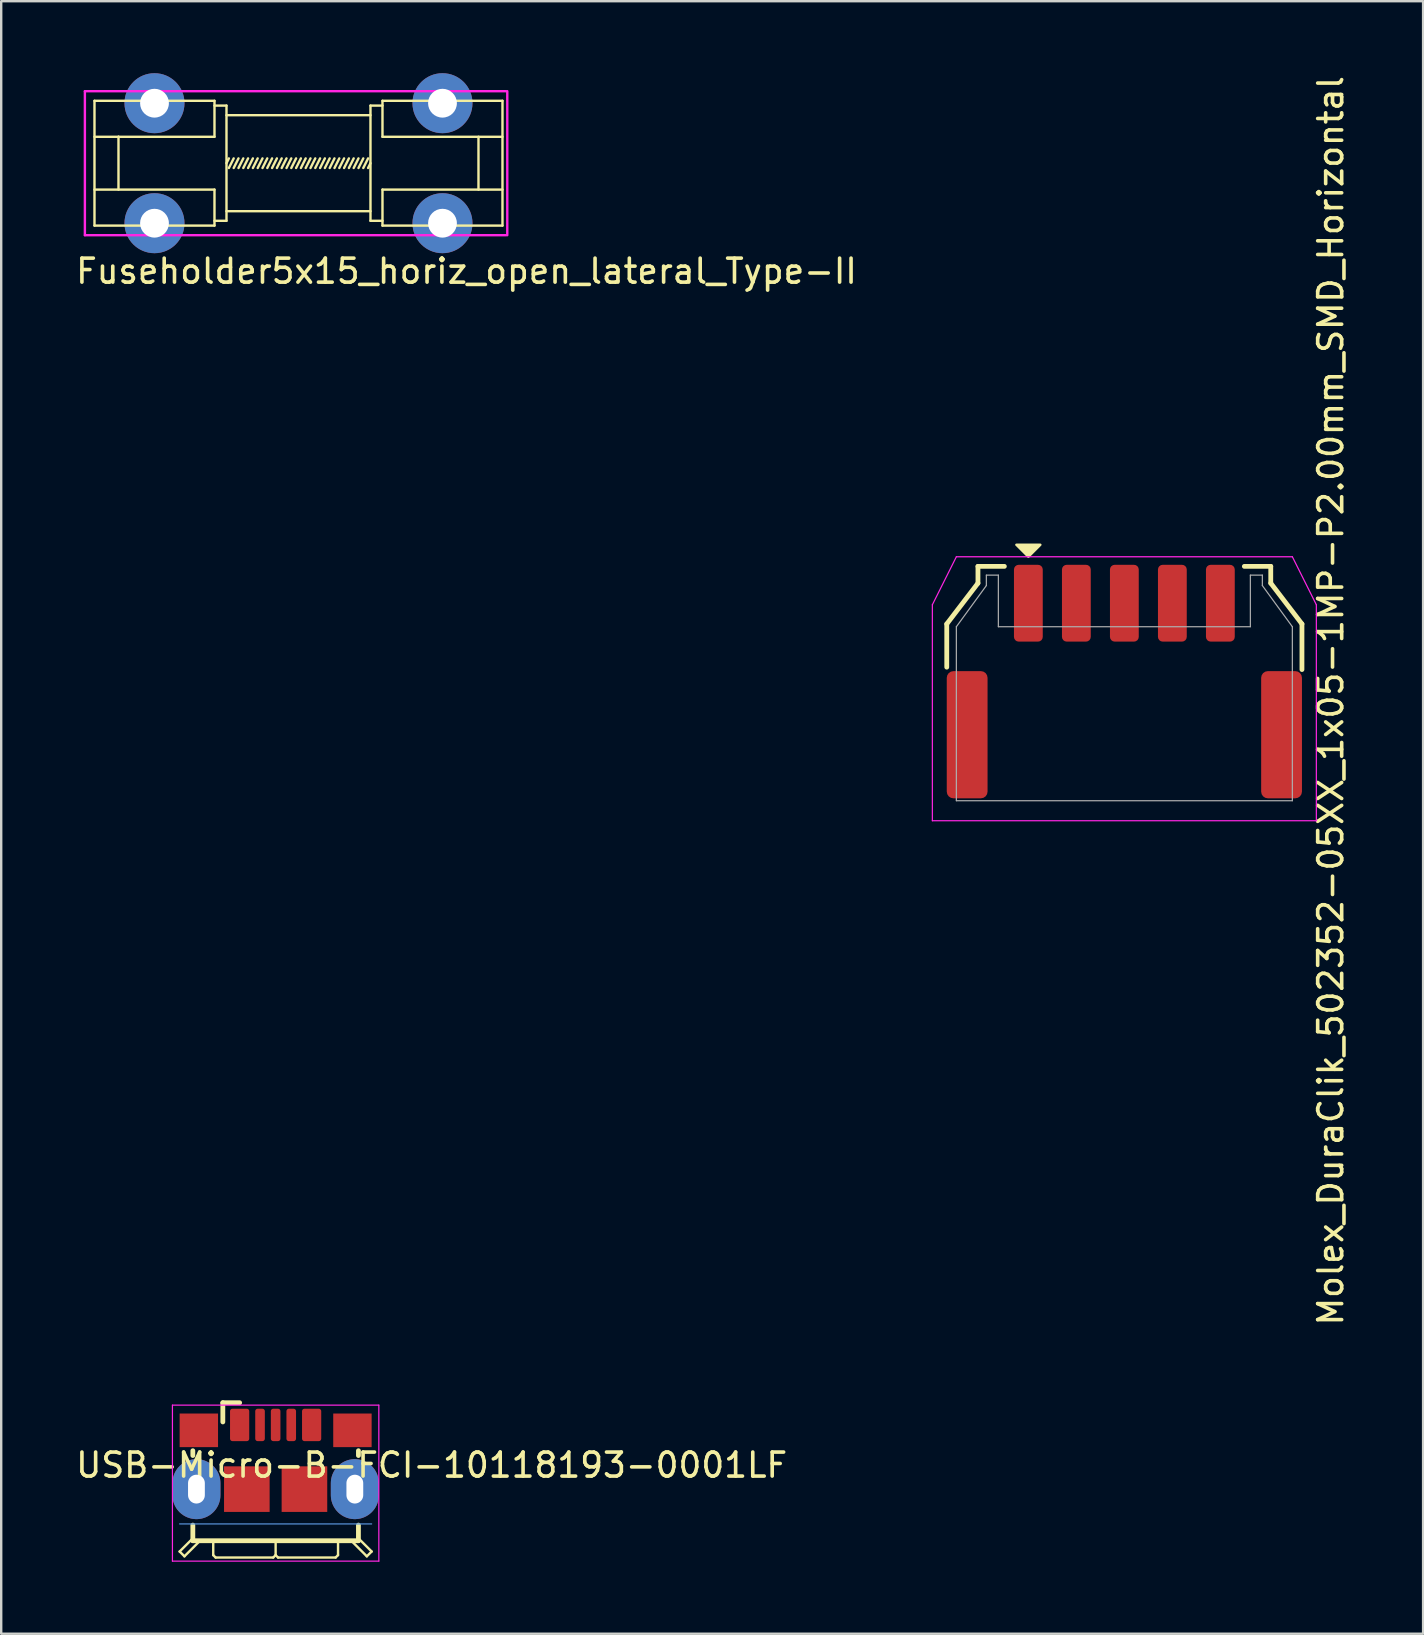
<source format=kicad_pcb>
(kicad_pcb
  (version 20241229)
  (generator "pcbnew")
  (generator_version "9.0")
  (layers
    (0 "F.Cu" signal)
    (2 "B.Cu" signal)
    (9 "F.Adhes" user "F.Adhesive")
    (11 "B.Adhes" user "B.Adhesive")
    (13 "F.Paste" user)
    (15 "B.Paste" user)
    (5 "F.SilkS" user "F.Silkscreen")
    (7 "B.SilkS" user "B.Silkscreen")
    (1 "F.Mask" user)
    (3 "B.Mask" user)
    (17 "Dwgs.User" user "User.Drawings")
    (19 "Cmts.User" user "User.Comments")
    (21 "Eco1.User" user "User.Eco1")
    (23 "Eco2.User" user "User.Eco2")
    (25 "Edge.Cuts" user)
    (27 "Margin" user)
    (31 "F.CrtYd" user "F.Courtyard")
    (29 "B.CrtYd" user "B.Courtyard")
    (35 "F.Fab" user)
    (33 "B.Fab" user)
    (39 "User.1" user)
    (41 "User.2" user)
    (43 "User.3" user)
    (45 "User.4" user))
  (footprint "USB-Micro-B-FCI-10118193-0001LF"
    (layer "F.Cu")
    (at 8.435 58.998)
    (property "Reference" "USB-Micro-B-FCI-10118193-0001LF" (at 6.5 -1 0) (layer "F.SilkS") (effects (font (size 1 1) (thickness 0.15))))
    (attr smd)
    (fp_line (start -4 2.6) (end -3.45 2.05) (stroke (width 0.1) (type solid)) (layer "F.SilkS"))
    (fp_line (start -3.8 2.8) (end -4 2.6) (stroke (width 0.1) (type solid)) (layer "F.SilkS"))
    (fp_line (start -3.8 2.8) (end -3.15 2.15) (stroke (width 0.1) (type solid)) (layer "F.SilkS"))
    (fp_line (start -3.45 -1.4) (end -3.45 -1.6) (stroke (width 0.2) (type solid)) (layer "F.SilkS"))
    (fp_line (start -3.45 2.15) (end -3.45 1.5) (stroke (width 0.2) (type solid)) (layer "F.SilkS"))
    (fp_line (start -2.6 2.75) (end -2.6 2.15) (stroke (width 0.1) (type solid)) (layer "F.SilkS"))
    (fp_line (start -2.5 2.85) (end -2.6 2.75) (stroke (width 0.1) (type solid)) (layer "F.SilkS"))
    (fp_line (start -2.2 -3.6) (end -1.5 -3.6) (stroke (width 0.2) (type solid)) (layer "F.SilkS"))
    (fp_line (start -2.2 -2.8) (end -2.2 -3.6) (stroke (width 0.2) (type solid)) (layer "F.SilkS"))
    (fp_line (start -0.1 2.85) (end -2.5 2.85) (stroke (width 0.1) (type solid)) (layer "F.SilkS"))
    (fp_line (start 0 2.75) (end -0.1 2.85) (stroke (width 0.1) (type solid)) (layer "F.SilkS"))
    (fp_line (start 0 2.75) (end 0 2.15) (stroke (width 0.1) (type solid)) (layer "F.SilkS"))
    (fp_line (start 0.1 2.85) (end 0 2.75) (stroke (width 0.1) (type solid)) (layer "F.SilkS"))
    (fp_line (start 0.1 2.85) (end 2.5 2.85) (stroke (width 0.1) (type solid)) (layer "F.SilkS"))
    (fp_line (start 2.5 2.85) (end 2.6 2.75) (stroke (width 0.1) (type solid)) (layer "F.SilkS"))
    (fp_line (start 2.6 2.75) (end 2.6 2.15) (stroke (width 0.1) (type solid)) (layer "F.SilkS"))
    (fp_line (start 3.45 -1.4) (end 3.45 -1.6) (stroke (width 0.2) (type solid)) (layer "F.SilkS"))
    (fp_line (start 3.45 2.15) (end -3.45 2.15) (stroke (width 0.2) (type solid)) (layer "F.SilkS"))
    (fp_line (start 3.45 2.15) (end 3.45 1.5) (stroke (width 0.2) (type solid)) (layer "F.SilkS"))
    (fp_line (start 3.8 2.8) (end 3.15 2.15) (stroke (width 0.1) (type solid)) (layer "F.SilkS"))
    (fp_line (start 3.8 2.8) (end 4 2.6) (stroke (width 0.1) (type solid)) (layer "F.SilkS"))
    (fp_line (start 4 2.6) (end 3.45 2.05) (stroke (width 0.1) (type solid)) (layer "F.SilkS"))
    (fp_line (start -4 1.45) (end 4 1.45) (stroke (width 0.05) (type solid)) (layer "Cmts.User"))
    (fp_line (start -4.3 -3.5) (end 4.3 -3.5) (stroke (width 0.05) (type solid)) (layer "F.CrtYd"))
    (fp_line (start -4.3 3) (end -4.3 -3.5) (stroke (width 0.05) (type solid)) (layer "F.CrtYd"))
    (fp_line (start 4.3 -3.5) (end 4.3 3) (stroke (width 0.05) (type solid)) (layer "F.CrtYd"))
    (fp_line (start 4.3 3) (end -4.3 3) (stroke (width 0.05) (type solid)) (layer "F.CrtYd"))
    (pad "1" smd roundrect (at -1.5 -2.675) (size 0.8 1.35) (layers "F.Cu" "F.Mask" "F.Paste") (roundrect_rratio 0.125))
    (pad "2" smd roundrect (at -0.65 -2.675) (size 0.4 1.35) (layers "F.Cu" "F.Mask" "F.Paste") (roundrect_rratio 0.25))
    (pad "3" smd roundrect (at 0 -2.675) (size 0.4 1.35) (layers "F.Cu" "F.Mask" "F.Paste") (roundrect_rratio 0.25))
    (pad "4" smd roundrect (at 0.65 -2.675) (size 0.4 1.35) (layers "F.Cu" "F.Mask" "F.Paste") (roundrect_rratio 0.25))
    (pad "5" smd roundrect (at 1.5 -2.675) (size 0.8 1.35) (layers "F.Cu" "F.Mask" "F.Paste") (roundrect_rratio 0.125))
    (pad "6" thru_hole oval (at -3.3 0) (size 2 2.5) (drill oval 0.7 1.2) (layers "*.Cu" "*.Mask"))
    (pad "6" smd rect (at -3.2 -2.45) (size 1.6 1.4) (layers "F.Cu" "F.Mask" "F.Paste"))
    (pad "6" smd rect (at -1.2 0) (size 1.9 1.9) (layers "F.Cu" "F.Mask" "F.Paste"))
    (pad "6" smd rect (at 1.2 0) (size 1.9 1.9) (layers "F.Cu" "F.Mask" "F.Paste"))
    (pad "6" smd rect (at 3.2 -2.45) (size 1.6 1.4) (layers "F.Cu" "F.Mask" "F.Paste"))
    (pad "6" thru_hole oval (at 3.3 0) (size 2 2.5) (drill oval 0.7 1.2) (layers "*.Cu" "*.Mask")))
  (footprint "Molex_DuraClik_502352-05XX_1x05-1MP-P2.00mm_SMD_Horizontal"
    (layer "F.Cu")
    (at 43.799 26.149)
    (property "Reference" "Molex_DuraClik_502352-05XX_1x05-1MP-P2.00mm_SMD_Horizontal" (at 8.6 0 90) (layer "F.SilkS") (effects (font (size 1 1) (thickness 0.15))))
    (attr smd)
    (fp_line (start -7.4 -3.2) (end -6.1 -4.9) (stroke (width 0.2) (type solid)) (layer "F.SilkS"))
    (fp_line (start -7.4 -1.4) (end -7.4 -3.2) (stroke (width 0.2) (type solid)) (layer "F.SilkS"))
    (fp_line (start -6.1 -5.6) (end -6.1 -4.9) (stroke (width 0.2) (type solid)) (layer "F.SilkS"))
    (fp_line (start -6.1 -5.6) (end -5 -5.6) (stroke (width 0.2) (type solid)) (layer "F.SilkS"))
    (fp_line (start 6.1 -5.6) (end 5 -5.6) (stroke (width 0.2) (type solid)) (layer "F.SilkS"))
    (fp_line (start 6.1 -5.6) (end 6.1 -4.9) (stroke (width 0.2) (type solid)) (layer "F.SilkS"))
    (fp_line (start 7.4 -3.2) (end 6.1 -4.9) (stroke (width 0.2) (type solid)) (layer "F.SilkS"))
    (fp_line (start 7.4 -1.3) (end 7.4 -3.2) (stroke (width 0.2) (type solid)) (layer "F.SilkS"))
    (fp_poly (pts (xy -4 -6) (xy -3.5 -6.5) (xy -4.5 -6.5)) (stroke (width 0.1) (type solid)) (fill yes) (layer "F.SilkS"))
    (fp_line (start -8 -4) (end -8 5) (stroke (width 0.05) (type solid)) (layer "F.CrtYd"))
    (fp_line (start -8 5) (end 8 5) (stroke (width 0.05) (type solid)) (layer "F.CrtYd"))
    (fp_line (start -7 -6) (end -8 -4) (stroke (width 0.05) (type solid)) (layer "F.CrtYd"))
    (fp_line (start 7 -6) (end -7 -6) (stroke (width 0.05) (type solid)) (layer "F.CrtYd"))
    (fp_line (start 8 -4) (end 7 -6) (stroke (width 0.05) (type solid)) (layer "F.CrtYd"))
    (fp_line (start 8 5) (end 8 -4) (stroke (width 0.05) (type solid)) (layer "F.CrtYd"))
    (fp_line (start -7 4.165) (end -7 -3.085) (stroke (width 0.05) (type solid)) (layer "F.Fab"))
    (fp_line (start -5.75 -5.235) (end -5.75 -4.8) (stroke (width 0.05) (type solid)) (layer "F.Fab"))
    (fp_line (start -5.75 -4.8) (end -7 -3.085) (stroke (width 0.05) (type solid)) (layer "F.Fab"))
    (fp_line (start -5.25 -5.235) (end -5.75 -5.235) (stroke (width 0.05) (type solid)) (layer "F.Fab"))
    (fp_line (start -5.25 -5.235) (end -5.25 -3.085) (stroke (width 0.05) (type solid)) (layer "F.Fab"))
    (fp_line (start 5.25 -5.235) (end 5.25 -3.085) (stroke (width 0.05) (type solid)) (layer "F.Fab"))
    (fp_line (start 5.25 -5.235) (end 5.75 -5.235) (stroke (width 0.05) (type solid)) (layer "F.Fab"))
    (fp_line (start 5.25 -3.085) (end -5.25 -3.085) (stroke (width 0.05) (type solid)) (layer "F.Fab"))
    (fp_line (start 5.75 -5.235) (end 5.75 -4.8) (stroke (width 0.05) (type solid)) (layer "F.Fab"))
    (fp_line (start 5.75 -4.8) (end 7 -3.085) (stroke (width 0.05) (type solid)) (layer "F.Fab"))
    (fp_line (start 7 4.165) (end -7 4.165) (stroke (width 0.05) (type solid)) (layer "F.Fab"))
    (fp_line (start 7 4.165) (end 7 -3.085) (stroke (width 0.05) (type solid)) (layer "F.Fab"))
    (pad "1" smd roundrect (at -4 -4.065) (size 1.2 3.2) (layers "F.Cu" "F.Mask" "F.Paste") (roundrect_rratio 0.164))
    (pad "2" smd roundrect (at -2 -4.065) (size 1.2 3.2) (layers "F.Cu" "F.Mask" "F.Paste") (roundrect_rratio 0.164))
    (pad "3" smd roundrect (at 0 -4.065) (size 1.2 3.2) (layers "F.Cu" "F.Mask" "F.Paste") (roundrect_rratio 0.164))
    (pad "4" smd roundrect (at 2 -4.065) (size 1.2 3.2) (layers "F.Cu" "F.Mask" "F.Paste") (roundrect_rratio 0.164))
    (pad "5" smd roundrect (at 4 -4.065) (size 1.2 3.2) (layers "F.Cu" "F.Mask" "F.Paste") (roundrect_rratio 0.164))
    (pad "MP" smd roundrect (at -6.55 1.415) (size 1.7 5.3) (layers "F.Cu" "F.Mask" "F.Paste") (roundrect_rratio 0.164))
    (pad "MP" smd roundrect (at 6.55 1.415) (size 1.7 5.3) (layers "F.Cu" "F.Mask" "F.Paste") (roundrect_rratio 0.164)))
  (footprint "Fuseholder5x15_horiz_open_lateral_Type-II"
    (layer "F.Cu")
    (at 9.387 3.75)
    (property "Reference" "Fuseholder5x15_horiz_open_lateral_Type-II" (at 7 4.5 0) (layer "F.SilkS") (effects (font (size 1 1) (thickness 0.15))))
    (attr through_hole)
    (fp_line (start -8.5 -2.6) (end -8.5 2.6) (stroke (width 0.1) (type solid)) (layer "F.SilkS"))
    (fp_line (start -8.5 -2.6) (end -3.5 -2.6) (stroke (width 0.1) (type solid)) (layer "F.SilkS"))
    (fp_line (start -8.5 2.6) (end -3.5 2.6) (stroke (width 0.1) (type solid)) (layer "F.SilkS"))
    (fp_line (start -7.5 -1.1) (end -8.5 -1.1) (stroke (width 0.1) (type solid)) (layer "F.SilkS"))
    (fp_line (start -7.5 -1.1) (end -7.5 1.1) (stroke (width 0.1) (type solid)) (layer "F.SilkS"))
    (fp_line (start -3.5 -2.6) (end -3.5 -1.1) (stroke (width 0.1) (type solid)) (layer "F.SilkS"))
    (fp_line (start -3.5 -1.1) (end -7.5 -1.1) (stroke (width 0.1) (type solid)) (layer "F.SilkS"))
    (fp_line (start -3.5 1.1) (end -8.5 1.1) (stroke (width 0.1) (type solid)) (layer "F.SilkS"))
    (fp_line (start -3.5 1.1) (end -3.5 2.6) (stroke (width 0.1) (type solid)) (layer "F.SilkS"))
    (fp_line (start -3 -2.4) (end -3.5 -2.4) (stroke (width 0.1) (type solid)) (layer "F.SilkS"))
    (fp_line (start -3 -2.4) (end -3 2.4) (stroke (width 0.1) (type solid)) (layer "F.SilkS"))
    (fp_line (start -3 2.4) (end -3.5 2.4) (stroke (width 0.1) (type solid)) (layer "F.SilkS"))
    (fp_line (start -2.9 -0.2) (end -3 0) (stroke (width 0.1) (type solid)) (layer "F.SilkS"))
    (fp_line (start -2.9 0.2) (end -2.7 -0.2) (stroke (width 0.1) (type solid)) (layer "F.SilkS"))
    (fp_line (start -2.7 0.2) (end -2.5 -0.2) (stroke (width 0.1) (type solid)) (layer "F.SilkS"))
    (fp_line (start -2.5 0.2) (end -2.3 -0.2) (stroke (width 0.1) (type solid)) (layer "F.SilkS"))
    (fp_line (start -2.3 0.2) (end -2.1 -0.2) (stroke (width 0.1) (type solid)) (layer "F.SilkS"))
    (fp_line (start -2.1 0.2) (end -1.9 -0.2) (stroke (width 0.1) (type solid)) (layer "F.SilkS"))
    (fp_line (start -1.9 0.2) (end -1.7 -0.2) (stroke (width 0.1) (type solid)) (layer "F.SilkS"))
    (fp_line (start -1.7 0.2) (end -1.5 -0.2) (stroke (width 0.1) (type solid)) (layer "F.SilkS"))
    (fp_line (start -1.5 0.2) (end -1.3 -0.2) (stroke (width 0.1) (type solid)) (layer "F.SilkS"))
    (fp_line (start -1.3 0.2) (end -1.1 -0.2) (stroke (width 0.1) (type solid)) (layer "F.SilkS"))
    (fp_line (start -1.1 0.2) (end -0.9 -0.2) (stroke (width 0.1) (type solid)) (layer "F.SilkS"))
    (fp_line (start -0.9 0.2) (end -0.7 -0.2) (stroke (width 0.1) (type solid)) (layer "F.SilkS"))
    (fp_line (start -0.7 0.2) (end -0.5 -0.2) (stroke (width 0.1) (type solid)) (layer "F.SilkS"))
    (fp_line (start -0.5 0.2) (end -0.3 -0.2) (stroke (width 0.1) (type solid)) (layer "F.SilkS"))
    (fp_line (start -0.3 0.2) (end -0.1 -0.2) (stroke (width 0.1) (type solid)) (layer "F.SilkS"))
    (fp_line (start -0.1 0.2) (end 0.1 -0.2) (stroke (width 0.1) (type solid)) (layer "F.SilkS"))
    (fp_line (start 0.1 0.2) (end 0.3 -0.2) (stroke (width 0.1) (type solid)) (layer "F.SilkS"))
    (fp_line (start 0.3 0.2) (end 0.5 -0.2) (stroke (width 0.1) (type solid)) (layer "F.SilkS"))
    (fp_line (start 0.5 0.2) (end 0.7 -0.2) (stroke (width 0.1) (type solid)) (layer "F.SilkS"))
    (fp_line (start 0.7 0.2) (end 0.9 -0.2) (stroke (width 0.1) (type solid)) (layer "F.SilkS"))
    (fp_line (start 0.9 0.2) (end 1.1 -0.2) (stroke (width 0.1) (type solid)) (layer "F.SilkS"))
    (fp_line (start 1.1 0.2) (end 1.3 -0.2) (stroke (width 0.1) (type solid)) (layer "F.SilkS"))
    (fp_line (start 1.3 0.2) (end 1.5 -0.2) (stroke (width 0.1) (type solid)) (layer "F.SilkS"))
    (fp_line (start 1.5 0.2) (end 1.7 -0.2) (stroke (width 0.1) (type solid)) (layer "F.SilkS"))
    (fp_line (start 1.7 0.2) (end 1.9 -0.2) (stroke (width 0.1) (type solid)) (layer "F.SilkS"))
    (fp_line (start 1.9 0.2) (end 2.1 -0.2) (stroke (width 0.1) (type solid)) (layer "F.SilkS"))
    (fp_line (start 2.1 0.2) (end 2.3 -0.2) (stroke (width 0.1) (type solid)) (layer "F.SilkS"))
    (fp_line (start 2.3 0.2) (end 2.5 -0.2) (stroke (width 0.1) (type solid)) (layer "F.SilkS"))
    (fp_line (start 2.5 0.2) (end 2.7 -0.2) (stroke (width 0.1) (type solid)) (layer "F.SilkS"))
    (fp_line (start 2.7 0.2) (end 2.9 -0.2) (stroke (width 0.1) (type solid)) (layer "F.SilkS"))
    (fp_line (start 2.9 0.2) (end 3 0) (stroke (width 0.1) (type solid)) (layer "F.SilkS"))
    (fp_line (start 3 -2.4) (end 3 2.4) (stroke (width 0.1) (type solid)) (layer "F.SilkS"))
    (fp_line (start 3 -2.4) (end 3.5 -2.4) (stroke (width 0.1) (type solid)) (layer "F.SilkS"))
    (fp_line (start 3 -2) (end -3 -2) (stroke (width 0.1) (type solid)) (layer "F.SilkS"))
    (fp_line (start 3 2) (end -3 2) (stroke (width 0.1) (type solid)) (layer "F.SilkS"))
    (fp_line (start 3 2.4) (end 3.5 2.4) (stroke (width 0.1) (type solid)) (layer "F.SilkS"))
    (fp_line (start 3.5 -2.6) (end 3.5 -1.1) (stroke (width 0.1) (type solid)) (layer "F.SilkS"))
    (fp_line (start 3.5 -1.1) (end 8.5 -1.1) (stroke (width 0.1) (type solid)) (layer "F.SilkS"))
    (fp_line (start 3.5 1.1) (end 3.5 2.6) (stroke (width 0.1) (type solid)) (layer "F.SilkS"))
    (fp_line (start 3.5 1.1) (end 8.5 1.1) (stroke (width 0.1) (type solid)) (layer "F.SilkS"))
    (fp_line (start 7.5 -1.1) (end 7.5 1.1) (stroke (width 0.1) (type solid)) (layer "F.SilkS"))
    (fp_line (start 8.5 -2.6) (end 3.5 -2.6) (stroke (width 0.1) (type solid)) (layer "F.SilkS"))
    (fp_line (start 8.5 -2.6) (end 8.5 2.6) (stroke (width 0.1) (type solid)) (layer "F.SilkS"))
    (fp_line (start 8.5 2.6) (end 3.5 2.6) (stroke (width 0.1) (type solid)) (layer "F.SilkS"))
    (fp_line (start -8.9 -3) (end 8.65 -3) (stroke (width 0.1) (type solid)) (layer "F.CrtYd"))
    (fp_line (start -8.9 3) (end -8.9 -3) (stroke (width 0.1) (type solid)) (layer "F.CrtYd"))
    (fp_line (start 8.65 3) (end -8.9 3) (stroke (width 0.1) (type solid)) (layer "F.CrtYd"))
    (fp_line (start 8.7 -3) (end 8.7 3) (stroke (width 0.1) (type solid)) (layer "F.CrtYd"))
    (pad "1" thru_hole circle (at -6 -2.5) (size 2.5 2.5) (drill 1.2) (layers "*.Cu" "*.Mask"))
    (pad "1" thru_hole circle (at -6 2.5) (size 2.5 2.5) (drill 1.2) (layers "*.Cu" "*.Mask"))
    (pad "2" thru_hole circle (at 6 -2.5) (size 2.5 2.5) (drill 1.2) (layers "*.Cu" "*.Mask"))
    (pad "2" thru_hole circle (at 6 2.5) (size 2.5 2.5) (drill 1.2) (layers "*.Cu" "*.Mask")))
  (gr_rect
    (start -3 -3)
    (end 56.247 65.023)
    (stroke (width 0.1) (type default))
    (fill no)
    (layer "Edge.Cuts")))
</source>
